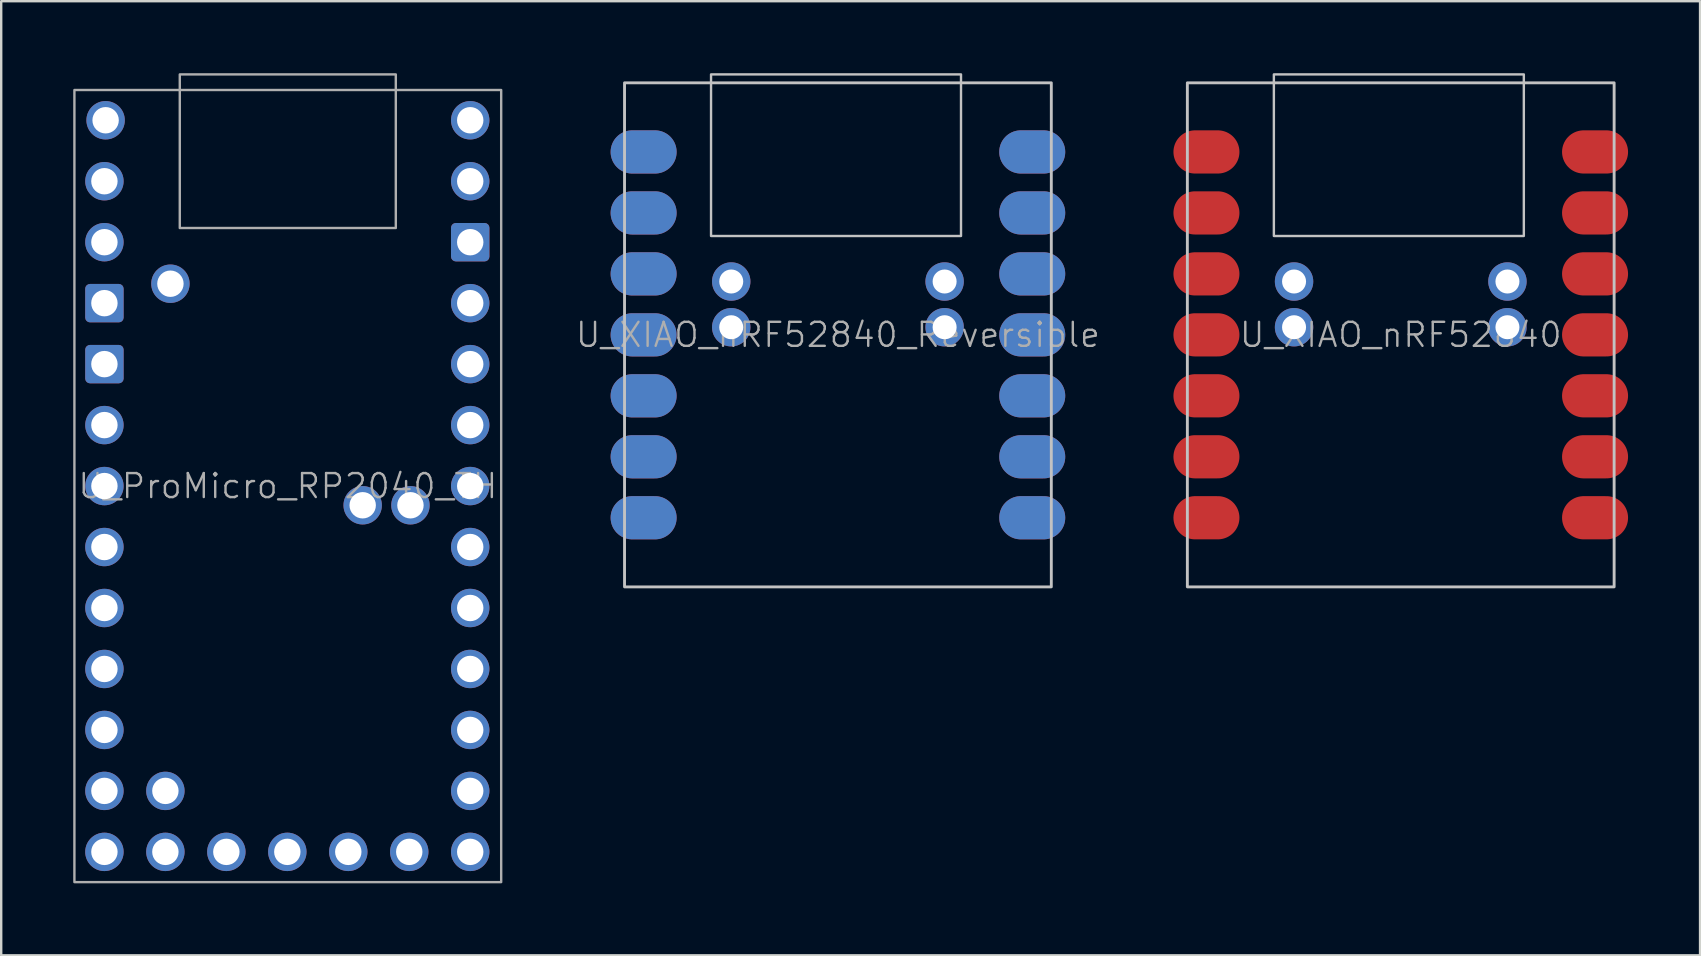
<source format=kicad_pcb>
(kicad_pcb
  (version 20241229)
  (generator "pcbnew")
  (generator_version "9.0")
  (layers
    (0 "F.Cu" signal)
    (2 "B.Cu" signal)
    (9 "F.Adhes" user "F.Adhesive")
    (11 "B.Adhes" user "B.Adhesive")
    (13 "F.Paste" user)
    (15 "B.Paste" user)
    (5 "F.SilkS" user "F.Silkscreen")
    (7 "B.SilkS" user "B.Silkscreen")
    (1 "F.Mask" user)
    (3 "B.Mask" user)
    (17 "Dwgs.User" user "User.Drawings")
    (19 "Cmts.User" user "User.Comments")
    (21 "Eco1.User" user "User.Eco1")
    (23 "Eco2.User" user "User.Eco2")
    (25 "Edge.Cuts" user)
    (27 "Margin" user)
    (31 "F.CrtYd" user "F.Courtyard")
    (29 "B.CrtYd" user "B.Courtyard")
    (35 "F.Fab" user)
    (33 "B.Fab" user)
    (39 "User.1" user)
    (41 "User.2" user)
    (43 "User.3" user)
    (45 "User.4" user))
  (footprint "U_XIAO_nRF52840"
    (layer "F.Cu")
    (at 55.307 0.4)
    (property "Reference" "U_XIAO_nRF52840" (at 0 10.5 0) (unlocked yes) (layer "F.Fab") (effects (font (size 1 1) (thickness 0.1))))
    (attr smd)
    (fp_rect (start -8.89 21) (end 8.89 0) (stroke (width 0.12) (type solid)) (fill no) (layer "Dwgs.User"))
    (fp_rect (start -5.286 -0.35) (end 5.128 6.381) (stroke (width 0.1) (type default)) (fill no) (layer "Dwgs.User"))
    (pad "1" smd oval (at -8.57 2.88 180) (size 2.75 1.8) (drill (offset -0.475 0)) (layers "F.Cu" "F.Mask" "F.Paste"))
    (pad "2" smd oval (at -8.57 5.42 180) (size 2.75 1.8) (drill (offset -0.475 0)) (layers "F.Cu" "F.Mask" "F.Paste"))
    (pad "3" smd oval (at -8.57 7.96 180) (size 2.75 1.8) (drill (offset -0.475 0)) (layers "F.Cu" "F.Mask" "F.Paste"))
    (pad "4" smd oval (at -8.57 10.5 180) (size 2.75 1.8) (drill (offset -0.475 0)) (layers "F.Cu" "F.Mask" "F.Paste"))
    (pad "5" smd oval (at -8.57 13.04 180) (size 2.75 1.8) (drill (offset -0.475 0)) (layers "F.Cu" "F.Mask" "F.Paste"))
    (pad "6" smd oval (at -8.57 15.58 180) (size 2.75 1.8) (drill (offset -0.475 0)) (layers "F.Cu" "F.Mask" "F.Paste"))
    (pad "7" smd oval (at -8.57 18.12 180) (size 2.75 1.8) (drill (offset -0.475 0)) (layers "F.Cu" "F.Mask" "F.Paste"))
    (pad "8" smd oval (at 8.57 18.12) (size 2.75 1.8) (drill (offset -0.475 0)) (layers "F.Cu" "F.Mask" "F.Paste"))
    (pad "9" smd oval (at 8.57 15.58) (size 2.75 1.8) (drill (offset -0.475 0)) (layers "F.Cu" "F.Mask" "F.Paste"))
    (pad "10" smd oval (at 8.57 13.04) (size 2.75 1.8) (drill (offset -0.475 0)) (layers "F.Cu" "F.Mask" "F.Paste"))
    (pad "11" smd oval (at 8.57 10.5) (size 2.75 1.8) (drill (offset -0.475 0)) (layers "F.Cu" "F.Mask" "F.Paste"))
    (pad "12" smd oval (at 8.57 7.96) (size 2.75 1.8) (drill (offset -0.475 0)) (layers "F.Cu" "F.Mask" "F.Paste"))
    (pad "13" smd oval (at 8.57 5.42) (size 2.75 1.8) (drill (offset -0.475 0)) (layers "F.Cu" "F.Mask" "F.Paste"))
    (pad "14" smd oval (at 8.57 2.88) (size 2.75 1.8) (drill (offset -0.475 0)) (layers "F.Cu" "F.Mask" "F.Paste"))
    (pad "19" thru_hole circle (at -4.445 10.183 180) (size 1.6 1.6) (drill 1) (layers "*.Cu" "*.Mask"))
    (pad "19" thru_hole circle (at 4.445 10.183 180) (size 1.6 1.6) (drill 1) (layers "*.Cu" "*.Mask"))
    (pad "20" thru_hole circle (at -4.445 8.278 180) (size 1.6 1.6) (drill 1) (layers "*.Cu" "*.Mask"))
    (pad "20" thru_hole circle (at 4.445 8.278 180) (size 1.6 1.6) (drill 1) (layers "*.Cu" "*.Mask")))
  (footprint "U_ProMicro_RP2040_TH"
    (layer "F.Cu")
    (at 8.94 17.2)
    (property "Reference" "U_ProMicro_RP2040_TH" (at 0 0 0) (unlocked yes) (layer "F.Fab") (effects (font (size 1 1) (thickness 0.1))))
    (attr through_hole)
    (fp_rect (start -8.89 16.5) (end 8.89 -16.5) (stroke (width 0.1) (type solid)) (fill no) (layer "F.Fab"))
    (fp_rect (start -4.5 -10.75) (end 4.5 -17.15) (stroke (width 0.1) (type solid)) (fill no) (layer "F.Fab"))
    (pad "0" thru_hole circle (at -7.64 -12.7) (size 1.6 1.6) (drill 1.1) (layers "*.Cu" "*.Mask"))
    (pad "1" thru_hole circle (at -7.64 -10.16) (size 1.6 1.6) (drill 1.1) (layers "*.Cu" "*.Mask"))
    (pad "2" thru_hole circle (at -7.64 -2.54) (size 1.6 1.6) (drill 1.1) (layers "*.Cu" "*.Mask"))
    (pad "3" thru_hole circle (at -7.64 0) (size 1.6 1.6) (drill 1.1) (layers "*.Cu" "*.Mask"))
    (pad "3V3" thru_hole circle (at 7.6 -5.08) (size 1.6 1.6) (drill 1.1) (layers "*.Cu" "*.Mask"))
    (pad "4" thru_hole circle (at -7.64 2.54) (size 1.6 1.6) (drill 1.1) (layers "*.Cu" "*.Mask"))
    (pad "5" thru_hole circle (at -7.64 5.08) (size 1.6 1.6) (drill 1.1) (layers "*.Cu" "*.Mask"))
    (pad "5V" thru_hole circle (at 7.6 -12.7) (size 1.6 1.6) (drill 1.1) (layers "*.Cu" "*.Mask"))
    (pad "6" thru_hole circle (at -7.64 7.62) (size 1.6 1.6) (drill 1.1) (layers "*.Cu" "*.Mask"))
    (pad "7" thru_hole circle (at -7.64 10.16) (size 1.6 1.6) (drill 1.1) (layers "*.Cu" "*.Mask"))
    (pad "8" thru_hole circle (at -7.64 12.7) (size 1.6 1.6) (drill 1.1) (layers "*.Cu" "*.Mask"))
    (pad "9" thru_hole circle (at -7.64 15.24) (size 1.6 1.6) (drill 1.1) (layers "*.Cu" "*.Mask"))
    (pad "10" thru_hole circle (at -7.59 -15.24) (size 1.6 1.6) (drill 1.1) (layers "*.Cu" "*.Mask"))
    (pad "11" thru_hole circle (at 7.6 -15.24) (size 1.6 1.6) (drill 1.1) (layers "*.Cu" "*.Mask"))
    (pad "12" thru_hole circle (at -5.1 15.24) (size 1.6 1.6) (drill 1.1) (layers "*.Cu" "*.Mask"))
    (pad "13" thru_hole circle (at -2.56 15.24) (size 1.6 1.6) (drill 1.1) (layers "*.Cu" "*.Mask"))
    (pad "14" thru_hole circle (at -0.02 15.24) (size 1.6 1.6) (drill 1.1) (layers "*.Cu" "*.Mask"))
    (pad "15" thru_hole circle (at 2.52 15.24) (size 1.6 1.6) (drill 1.1) (layers "*.Cu" "*.Mask"))
    (pad "16" thru_hole circle (at 5.06 15.24) (size 1.6 1.6) (drill 1.1) (layers "*.Cu" "*.Mask"))
    (pad "18" thru_hole circle (at 3.12 0.8) (size 1.6 1.6) (drill 1.1) (layers "*.Cu" "*.Mask"))
    (pad "20" thru_hole circle (at 7.6 10.16) (size 1.6 1.6) (drill 1.1) (layers "*.Cu" "*.Mask"))
    (pad "21" thru_hole circle (at 7.6 15.24) (size 1.6 1.6) (drill 1.1) (layers "*.Cu" "*.Mask"))
    (pad "22" thru_hole circle (at 7.6 7.62) (size 1.6 1.6) (drill 1.1) (layers "*.Cu" "*.Mask"))
    (pad "23" thru_hole circle (at 7.6 12.7) (size 1.6 1.6) (drill 1.1) (layers "*.Cu" "*.Mask"))
    (pad "24" thru_hole circle (at 5.11 0.8) (size 1.6 1.6) (drill 1.1) (layers "*.Cu" "*.Mask"))
    (pad "25" thru_hole circle (at -5.1 12.7) (size 1.6 1.6) (drill 1.1) (layers "*.Cu" "*.Mask"))
    (pad "26" thru_hole circle (at 7.6 5.08) (size 1.6 1.6) (drill 1.1) (layers "*.Cu" "*.Mask"))
    (pad "27" thru_hole circle (at 7.6 2.54) (size 1.6 1.6) (drill 1.1) (layers "*.Cu" "*.Mask"))
    (pad "28" thru_hole circle (at 7.6 0) (size 1.6 1.6) (drill 1.1) (layers "*.Cu" "*.Mask"))
    (pad "29" thru_hole circle (at 7.6 -2.54) (size 1.6 1.6) (drill 1.1) (layers "*.Cu" "*.Mask"))
    (pad "BOOT" thru_hole circle (at -4.89 -8.43) (size 1.6 1.6) (drill 1.1) (layers "*.Cu" "*.Mask"))
    (pad "GND" thru_hole roundrect (at -7.64 -7.62) (size 1.6 1.6) (drill 1.1) (layers "*.Cu" "*.Mask") (roundrect_rratio 0.125))
    (pad "GND" thru_hole roundrect (at -7.64 -5.08) (size 1.6 1.6) (drill 1.1) (layers "*.Cu" "*.Mask") (roundrect_rratio 0.125))
    (pad "GND" thru_hole roundrect (at 7.6 -10.16) (size 1.6 1.6) (drill 1.1) (layers "*.Cu" "*.Mask") (roundrect_rratio 0.125))
    (pad "RST" thru_hole circle (at 7.6 -7.62) (size 1.6 1.6) (drill 1.1) (layers "*.Cu" "*.Mask")))
  (footprint "U_XIAO_nRF52840_Reversible"
    (layer "F.Cu")
    (at 31.859 0.4)
    (property "Reference" "U_XIAO_nRF52840_Reversible" (at 0 10.5 0) (unlocked yes) (layer "F.Fab") (effects (font (size 1 1) (thickness 0.1))))
    (attr smd)
    (fp_rect (start -8.89 21) (end 8.89 0) (stroke (width 0.12) (type solid)) (fill no) (layer "Dwgs.User"))
    (fp_rect (start -5.286 -0.35) (end 5.128 6.381) (stroke (width 0.1) (type default)) (fill no) (layer "Dwgs.User"))
    (pad "1" smd oval (at -8.57 2.88 180) (size 2.75 1.8) (drill (offset -0.475 0)) (layers "F.Cu" "F.Mask" "F.Paste"))
    (pad "1" smd oval (at 8.57 2.88 180) (size 2.75 1.8) (drill (offset 0.475 0)) (layers "B.Cu" "B.Mask" "B.Paste"))
    (pad "2" smd oval (at -8.57 5.42 180) (size 2.75 1.8) (drill (offset -0.475 0)) (layers "F.Cu" "F.Mask" "F.Paste"))
    (pad "2" smd oval (at 8.57 5.42 180) (size 2.75 1.8) (drill (offset 0.475 0)) (layers "B.Cu" "B.Mask" "B.Paste"))
    (pad "3" smd oval (at -8.57 7.96 180) (size 2.75 1.8) (drill (offset -0.475 0)) (layers "F.Cu" "F.Mask" "F.Paste"))
    (pad "3" smd oval (at 8.57 7.96 180) (size 2.75 1.8) (drill (offset 0.475 0)) (layers "B.Cu" "B.Mask" "B.Paste"))
    (pad "4" smd oval (at -8.57 10.5 180) (size 2.75 1.8) (drill (offset -0.475 0)) (layers "F.Cu" "F.Mask" "F.Paste"))
    (pad "4" smd oval (at 8.57 10.5 180) (size 2.75 1.8) (drill (offset 0.475 0)) (layers "B.Cu" "B.Mask" "B.Paste"))
    (pad "5" smd oval (at -8.57 13.04 180) (size 2.75 1.8) (drill (offset -0.475 0)) (layers "F.Cu" "F.Mask" "F.Paste"))
    (pad "5" smd oval (at 8.57 13.04 180) (size 2.75 1.8) (drill (offset 0.475 0)) (layers "B.Cu" "B.Mask" "B.Paste"))
    (pad "6" smd oval (at -8.57 15.58 180) (size 2.75 1.8) (drill (offset -0.475 0)) (layers "F.Cu" "F.Mask" "F.Paste"))
    (pad "6" smd oval (at 8.57 15.58 180) (size 2.75 1.8) (drill (offset 0.475 0)) (layers "B.Cu" "B.Mask" "B.Paste"))
    (pad "7" smd oval (at -8.57 18.12 180) (size 2.75 1.8) (drill (offset -0.475 0)) (layers "F.Cu" "F.Mask" "F.Paste"))
    (pad "7" smd oval (at 8.57 18.12 180) (size 2.75 1.8) (drill (offset 0.475 0)) (layers "B.Cu" "B.Mask" "B.Paste"))
    (pad "8" smd oval (at -8.57 18.12) (size 2.75 1.8) (drill (offset 0.475 0)) (layers "B.Cu" "B.Mask" "B.Paste"))
    (pad "8" smd oval (at 8.57 18.12) (size 2.75 1.8) (drill (offset -0.475 0)) (layers "F.Cu" "F.Mask" "F.Paste"))
    (pad "9" smd oval (at -8.57 15.58) (size 2.75 1.8) (drill (offset 0.475 0)) (layers "B.Cu" "B.Mask" "B.Paste"))
    (pad "9" smd oval (at 8.57 15.58) (size 2.75 1.8) (drill (offset -0.475 0)) (layers "F.Cu" "F.Mask" "F.Paste"))
    (pad "10" smd oval (at -8.57 13.04) (size 2.75 1.8) (drill (offset 0.475 0)) (layers "B.Cu" "B.Mask" "B.Paste"))
    (pad "10" smd oval (at 8.57 13.04) (size 2.75 1.8) (drill (offset -0.475 0)) (layers "F.Cu" "F.Mask" "F.Paste"))
    (pad "11" smd oval (at -8.57 10.5) (size 2.75 1.8) (drill (offset 0.475 0)) (layers "B.Cu" "B.Mask" "B.Paste"))
    (pad "11" smd oval (at 8.57 10.5) (size 2.75 1.8) (drill (offset -0.475 0)) (layers "F.Cu" "F.Mask" "F.Paste"))
    (pad "12" smd oval (at -8.57 7.96) (size 2.75 1.8) (drill (offset 0.475 0)) (layers "B.Cu" "B.Mask" "B.Paste"))
    (pad "12" smd oval (at 8.57 7.96) (size 2.75 1.8) (drill (offset -0.475 0)) (layers "F.Cu" "F.Mask" "F.Paste"))
    (pad "13" smd oval (at -8.57 5.42) (size 2.75 1.8) (drill (offset 0.475 0)) (layers "B.Cu" "B.Mask" "B.Paste"))
    (pad "13" smd oval (at 8.57 5.42) (size 2.75 1.8) (drill (offset -0.475 0)) (layers "F.Cu" "F.Mask" "F.Paste"))
    (pad "14" smd oval (at -8.57 2.88) (size 2.75 1.8) (drill (offset 0.475 0)) (layers "B.Cu" "B.Mask" "B.Paste"))
    (pad "14" smd oval (at 8.57 2.88) (size 2.75 1.8) (drill (offset -0.475 0)) (layers "F.Cu" "F.Mask" "F.Paste"))
    (pad "19" thru_hole circle (at -4.445 10.183 180) (size 1.6 1.6) (drill 1) (layers "*.Cu" "*.Mask"))
    (pad "19" thru_hole circle (at 4.445 10.183 180) (size 1.6 1.6) (drill 1) (layers "*.Cu" "*.Mask"))
    (pad "20" thru_hole circle (at -4.445 8.278 180) (size 1.6 1.6) (drill 1) (layers "*.Cu" "*.Mask"))
    (pad "20" thru_hole circle (at 4.445 8.278 180) (size 1.6 1.6) (drill 1) (layers "*.Cu" "*.Mask")))
  (gr_rect
    (start -3 -3)
    (end 67.777 36.75)
    (stroke (width 0.1) (type default))
    (fill no)
    (layer "Edge.Cuts")))
</source>
